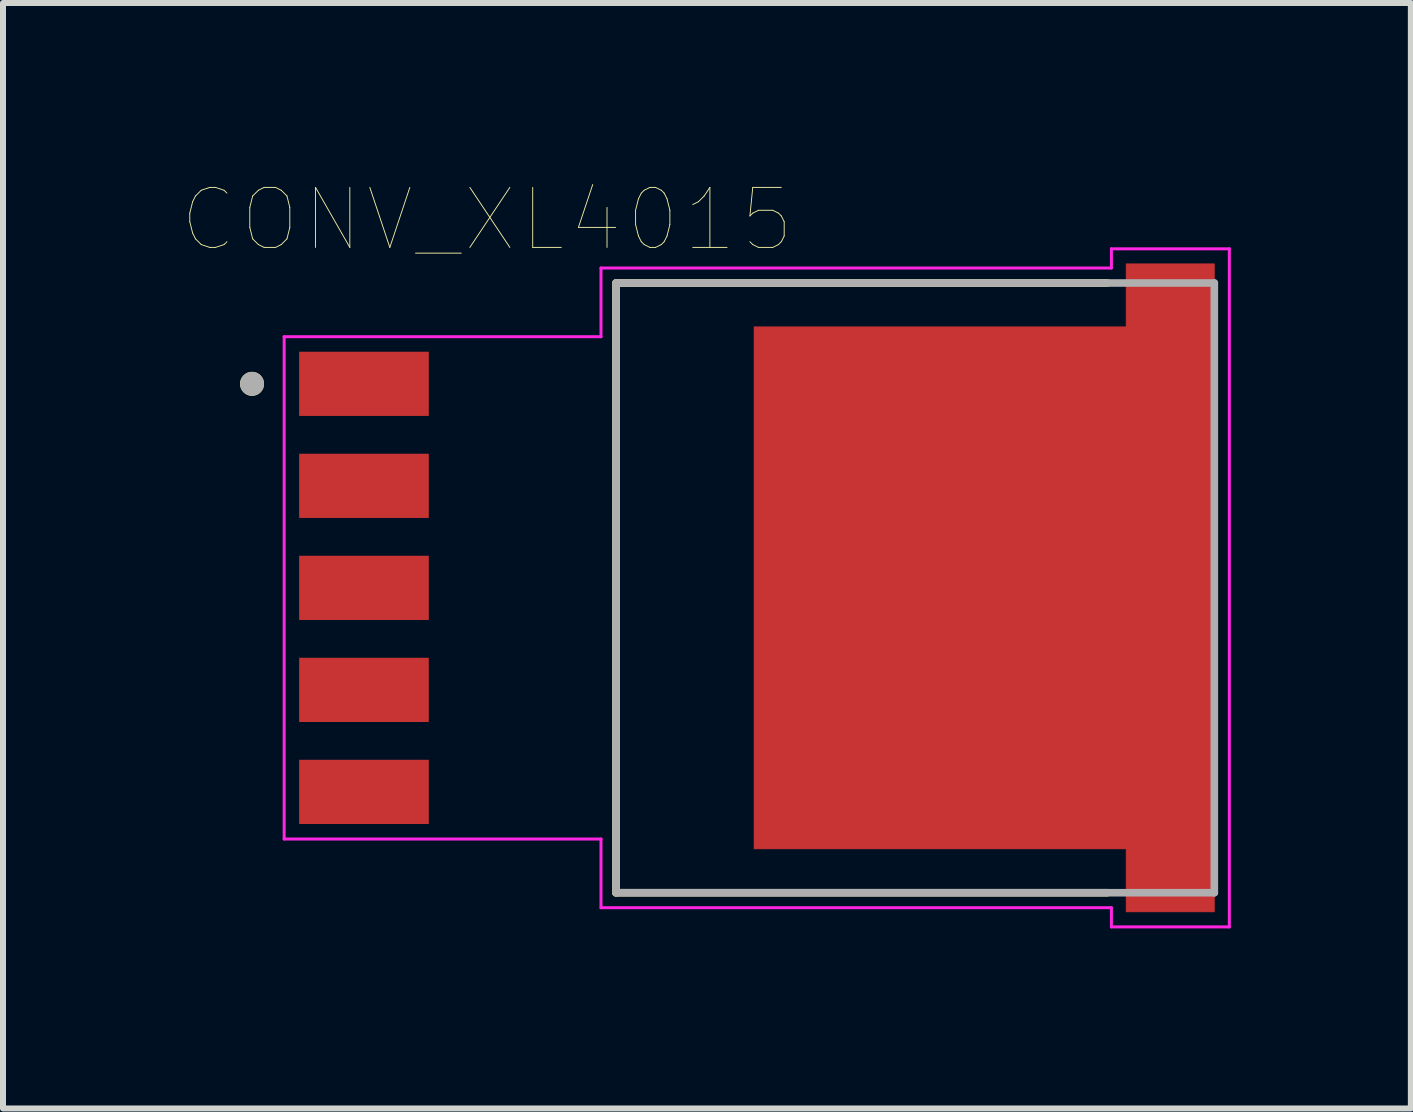
<source format=kicad_pcb>
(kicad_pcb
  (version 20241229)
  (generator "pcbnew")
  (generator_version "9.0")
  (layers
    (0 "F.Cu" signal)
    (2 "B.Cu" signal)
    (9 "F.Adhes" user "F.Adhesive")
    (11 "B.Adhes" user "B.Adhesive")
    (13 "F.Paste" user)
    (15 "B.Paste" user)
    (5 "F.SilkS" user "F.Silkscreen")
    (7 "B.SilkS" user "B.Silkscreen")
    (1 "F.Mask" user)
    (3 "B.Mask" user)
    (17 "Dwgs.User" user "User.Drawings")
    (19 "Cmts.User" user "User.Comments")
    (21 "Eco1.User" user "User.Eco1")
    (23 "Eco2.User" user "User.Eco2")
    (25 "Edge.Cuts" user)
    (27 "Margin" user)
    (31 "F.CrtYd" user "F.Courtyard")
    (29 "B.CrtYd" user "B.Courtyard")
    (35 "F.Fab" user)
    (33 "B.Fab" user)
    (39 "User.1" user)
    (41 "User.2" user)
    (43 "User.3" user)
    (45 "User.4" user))
  (footprint "CONV_XL4015"
    (layer "F.Cu")
    (at 13.35 6.746)
    (property "Reference" "CONV_XL4015" (at -8.285 -6.135 0) (layer "F.SilkS") (effects (font (size 1 1) (thickness 0.015))))
    (attr through_hole)
    (fp_poly (pts (xy 3.835 -5.4) (xy 2.365 -5.4) (xy 2.365 -4.35) (xy -3.835 -4.35) (xy -3.835 4.35) (xy 2.365 4.35) (xy 2.365 5.4) (xy 3.835 5.4)) (stroke (width 0.01) (type solid)) (fill yes) (layer "F.Cu"))
    (fp_poly (pts (xy 3.935 -5.5) (xy 2.265 -5.5) (xy 2.265 -4.45) (xy -3.935 -4.45) (xy -3.935 4.45) (xy 2.265 4.45) (xy 2.265 5.5) (xy 3.935 5.5)) (stroke (width 0.01) (type solid)) (fill yes) (layer "F.Mask"))
    (fp_line (start -6.135 -5.08) (end 2.05 -5.08) (stroke (width 0.127) (type solid)) (layer "F.SilkS"))
    (fp_line (start -6.135 5.08) (end -6.135 -5.08) (stroke (width 0.127) (type solid)) (layer "F.SilkS"))
    (fp_line (start 2.05 5.08) (end -6.135 5.08) (stroke (width 0.127) (type solid)) (layer "F.SilkS"))
    (fp_circle (center -12.2 -3.4) (end -12.1 -3.4) (stroke (width 0.2) (type solid)) (fill no) (layer "F.SilkS"))
    (fp_poly (pts (xy -3.2 -3.48) (xy -0.6 -3.48) (xy -0.6 -0.88) (xy -3.2 -0.88)) (stroke (width 0.01) (type solid)) (fill yes) (layer "F.Paste"))
    (fp_poly (pts (xy -3.2 0.88) (xy -0.6 0.88) (xy -0.6 3.48) (xy -3.2 3.48)) (stroke (width 0.01) (type solid)) (fill yes) (layer "F.Paste"))
    (fp_poly (pts (xy 0.6 -3.48) (xy 3.2 -3.48) (xy 3.2 -0.88) (xy 0.6 -0.88)) (stroke (width 0.01) (type solid)) (fill yes) (layer "F.Paste"))
    (fp_poly (pts (xy 0.6 0.88) (xy 3.2 0.88) (xy 3.2 3.48) (xy 0.6 3.48)) (stroke (width 0.01) (type solid)) (fill yes) (layer "F.Paste"))
    (fp_line (start -11.665 -4.185) (end -11.665 4.185) (stroke (width 0.05) (type solid)) (layer "F.CrtYd"))
    (fp_line (start -11.665 4.185) (end -6.385 4.185) (stroke (width 0.05) (type solid)) (layer "F.CrtYd"))
    (fp_line (start -6.385 -5.33) (end -6.385 -4.185) (stroke (width 0.05) (type solid)) (layer "F.CrtYd"))
    (fp_line (start -6.385 -4.185) (end -11.665 -4.185) (stroke (width 0.05) (type solid)) (layer "F.CrtYd"))
    (fp_line (start -6.385 4.185) (end -6.385 5.33) (stroke (width 0.05) (type solid)) (layer "F.CrtYd"))
    (fp_line (start -6.385 5.33) (end 2.12 5.33) (stroke (width 0.05) (type solid)) (layer "F.CrtYd"))
    (fp_line (start 2.12 -5.33) (end -6.385 -5.33) (stroke (width 0.05) (type solid)) (layer "F.CrtYd"))
    (fp_line (start 2.12 -5.33) (end 2.12 -5.65) (stroke (width 0.05) (type solid)) (layer "F.CrtYd"))
    (fp_line (start 2.12 5.65) (end 2.12 5.33) (stroke (width 0.05) (type solid)) (layer "F.CrtYd"))
    (fp_line (start 4.085 -5.65) (end 2.12 -5.65) (stroke (width 0.05) (type solid)) (layer "F.CrtYd"))
    (fp_line (start 4.085 -5.65) (end 4.085 5.65) (stroke (width 0.05) (type solid)) (layer "F.CrtYd"))
    (fp_line (start 4.085 5.65) (end 2.12 5.65) (stroke (width 0.05) (type solid)) (layer "F.CrtYd"))
    (fp_line (start -6.135 -5.08) (end 3.835 -5.08) (stroke (width 0.127) (type solid)) (layer "F.Fab"))
    (fp_line (start -6.135 5.08) (end -6.135 -5.08) (stroke (width 0.127) (type solid)) (layer "F.Fab"))
    (fp_line (start 3.835 -5.08) (end 3.835 5.08) (stroke (width 0.127) (type solid)) (layer "F.Fab"))
    (fp_line (start 3.835 5.08) (end -6.135 5.08) (stroke (width 0.127) (type solid)) (layer "F.Fab"))
    (fp_circle (center -12.2 -3.4) (end -12.1 -3.4) (stroke (width 0.2) (type solid)) (fill no) (layer "F.Fab"))
    (pad "1" smd rect (at -10.335 -3.4) (size 2.16 1.07) (layers "F.Cu" "F.Mask" "F.Paste"))
    (pad "2" smd rect (at -10.335 -1.7) (size 2.16 1.07) (layers "F.Cu" "F.Mask" "F.Paste"))
    (pad "3" smd rect (at -10.335 0) (size 2.16 1.07) (layers "F.Cu" "F.Mask" "F.Paste"))
    (pad "3.1" smd rect (at 0 0) (size 1.27 0.635) (layers "F.Cu"))
    (pad "4" smd rect (at -10.335 1.7) (size 2.16 1.07) (layers "F.Cu" "F.Mask" "F.Paste"))
    (pad "5" smd rect (at -10.335 3.4) (size 2.16 1.07) (layers "F.Cu" "F.Mask" "F.Paste")))
  (gr_rect
    (start -3 -3)
    (end 20.46 15.421)
    (stroke (width 0.1) (type default))
    (fill no)
    (layer "Edge.Cuts")))
</source>
